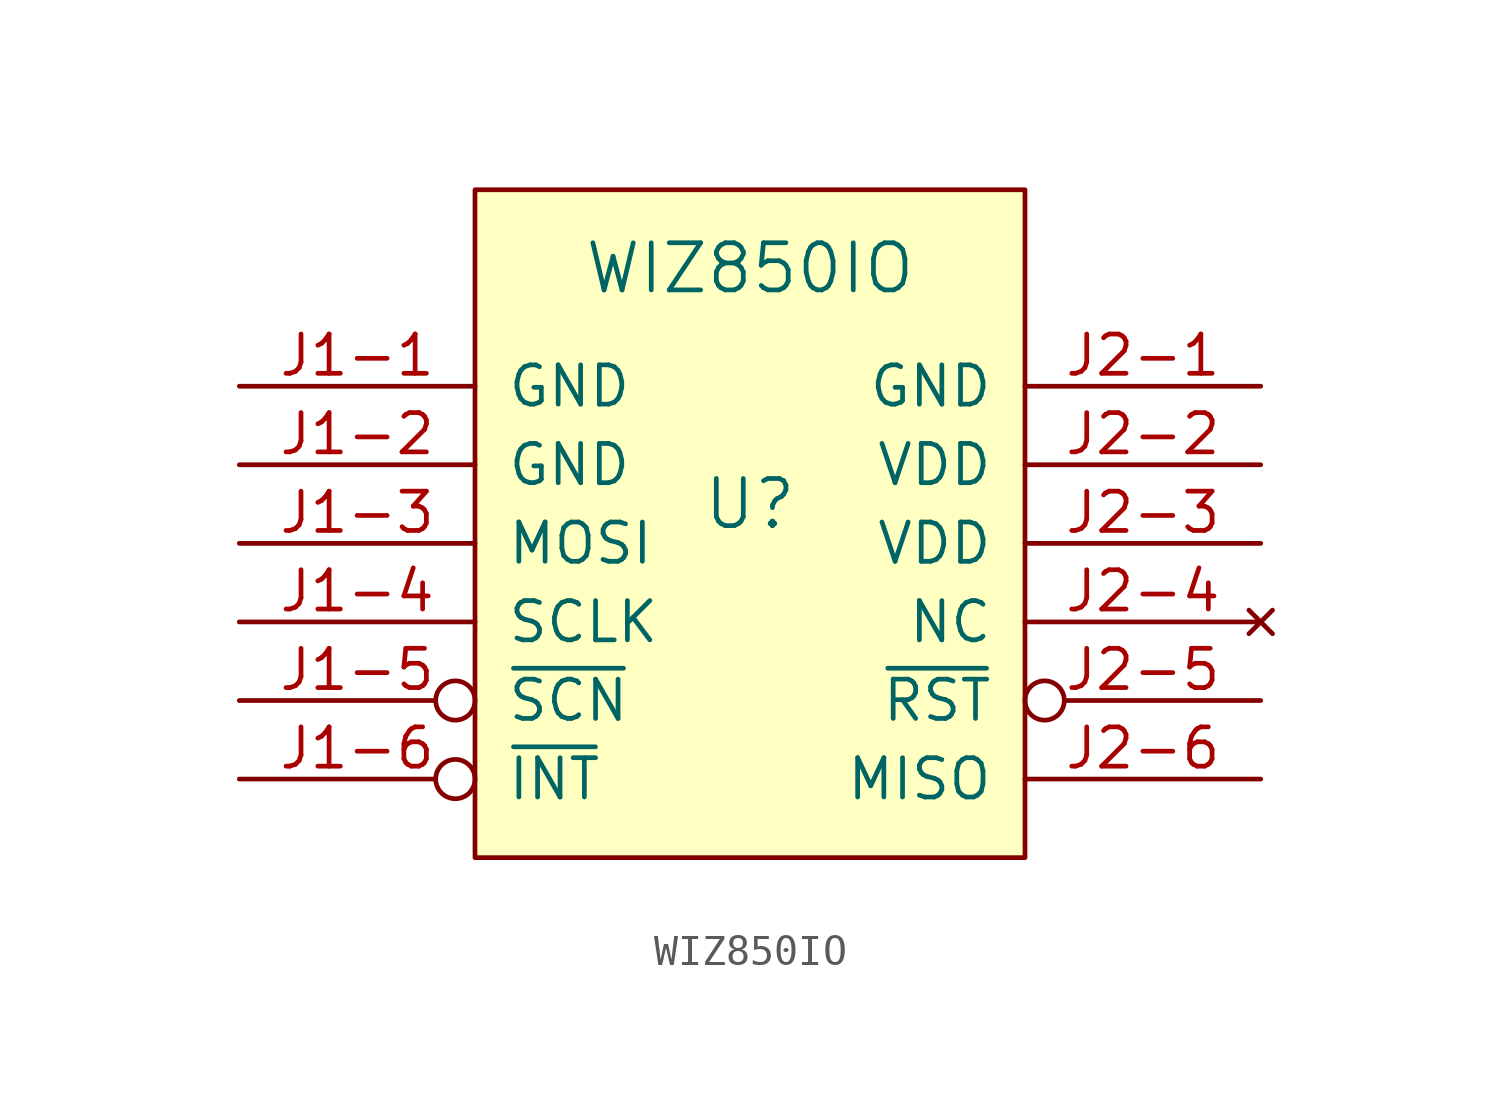
<source format=kicad_sym>
(kicad_symbol_lib
  (version 20211014)
  (generator kicad_symbol_editor)
  (symbol "WIZ850IO"
    (pin_names
      (offset 1.016))
    (property "Reference" "U"
      (at 0 7.62 0)
      (effects (font (size 1.524 1.524))))
    (property "Value" "WIZ850IO"
      (at 0 15.24 0)
      (effects (font (size 1.524 1.524))))
    (symbol "WIZ850IO_0_1"
      (rectangle (start -8.89 17.78) (end 8.89 -3.81) (stroke (width 0) (type default) (color 0 0 0 0)) (fill (type background))))
    (symbol "WIZ850IO_1_1"
      (pin power_in line (at -16.51 11.43 0) (length 7.62) (name "GND" (effects (font (size 1.27 1.27)))) (number "J1-1" (effects (font (size 1.27 1.27)))))
      (pin power_in line (at -16.51 8.89 0) (length 7.62) (name "GND" (effects (font (size 1.27 1.27)))) (number "J1-2" (effects (font (size 1.27 1.27)))))
      (pin input line (at -16.51 6.35 0) (length 7.62) (name "MOSI" (effects (font (size 1.27 1.27)))) (number "J1-3" (effects (font (size 1.27 1.27)))))
      (pin input line (at -16.51 3.81 0) (length 7.62) (name "SCLK" (effects (font (size 1.27 1.27)))) (number "J1-4" (effects (font (size 1.27 1.27)))))
      (pin input inverted (at -16.51 1.27 0) (length 7.62) (name "~{SCN}" (effects (font (size 1.27 1.27)))) (number "J1-5" (effects (font (size 1.27 1.27)))))
      (pin output inverted (at -16.51 -1.27 0) (length 7.62) (name "~{INT}" (effects (font (size 1.27 1.27)))) (number "J1-6" (effects (font (size 1.27 1.27)))))
      (pin power_in line (at 16.51 11.43 180) (length 7.62) (name "GND" (effects (font (size 1.27 1.27)))) (number "J2-1" (effects (font (size 1.27 1.27)))))
      (pin power_in line (at 16.51 8.89 180) (length 7.62) (name "VDD" (effects (font (size 1.27 1.27)))) (number "J2-2" (effects (font (size 1.27 1.27)))))
      (pin power_in line (at 16.51 6.35 180) (length 7.62) (name "VDD" (effects (font (size 1.27 1.27)))) (number "J2-3" (effects (font (size 1.27 1.27)))))
      (pin no_connect line (at 16.51 3.81 180) (length 7.62) (name "NC" (effects (font (size 1.27 1.27)))) (number "J2-4" (effects (font (size 1.27 1.27)))))
      (pin input inverted (at 16.51 1.27 180) (length 7.62) (name "~{RST}" (effects (font (size 1.27 1.27)))) (number "J2-5" (effects (font (size 1.27 1.27)))))
      (pin output line (at 16.51 -1.27 180) (length 7.62) (name "MISO" (effects (font (size 1.27 1.27)))) (number "J2-6" (effects (font (size 1.27 1.27))))))))
</source>
